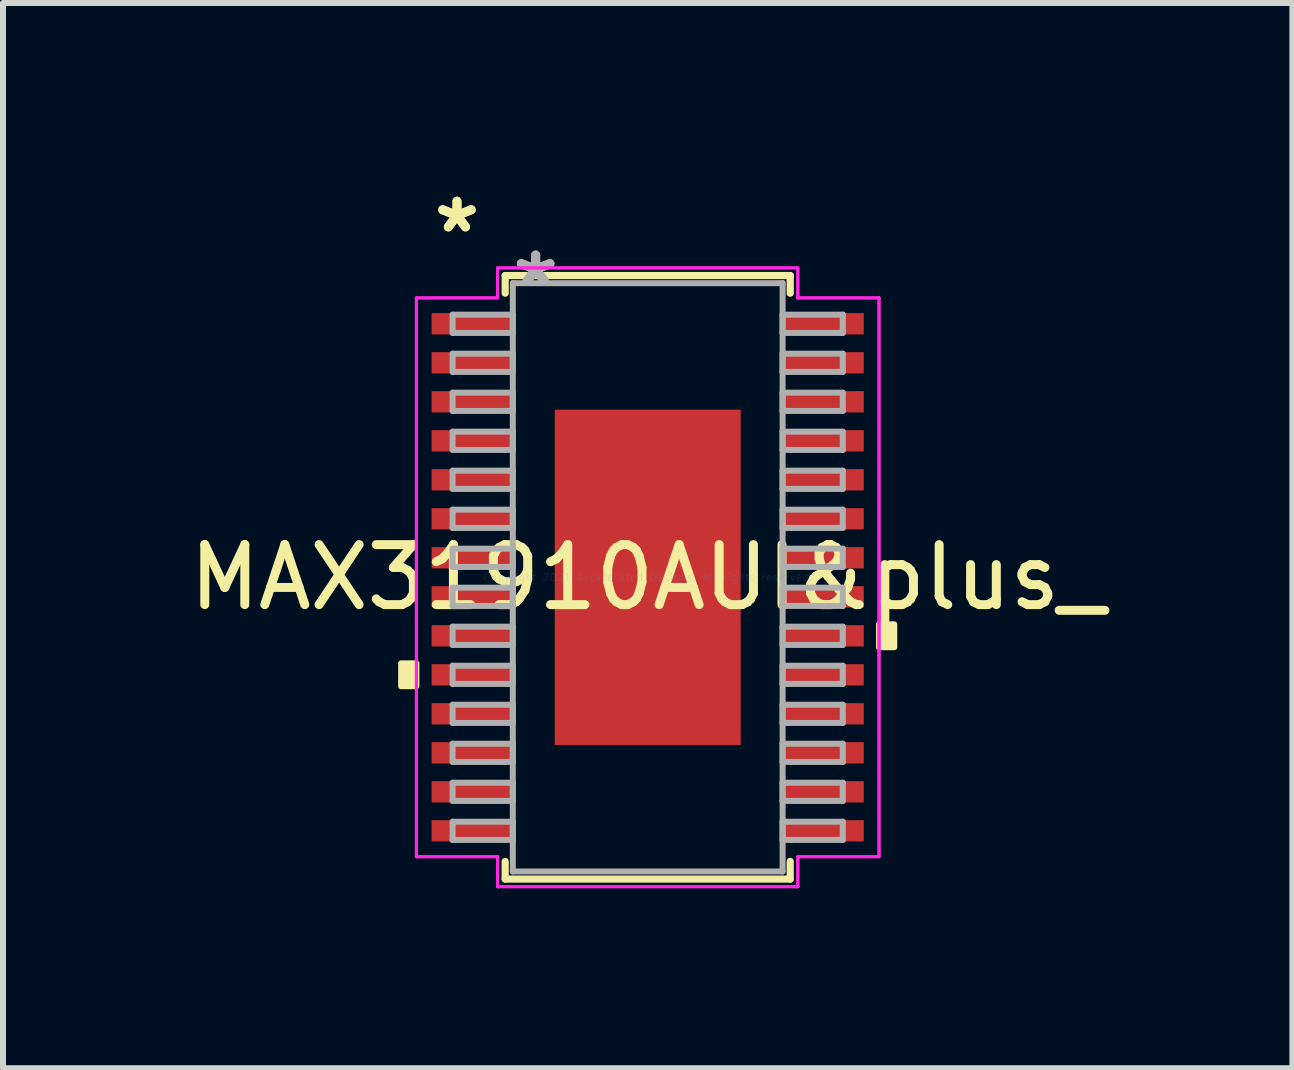
<source format=kicad_pcb>
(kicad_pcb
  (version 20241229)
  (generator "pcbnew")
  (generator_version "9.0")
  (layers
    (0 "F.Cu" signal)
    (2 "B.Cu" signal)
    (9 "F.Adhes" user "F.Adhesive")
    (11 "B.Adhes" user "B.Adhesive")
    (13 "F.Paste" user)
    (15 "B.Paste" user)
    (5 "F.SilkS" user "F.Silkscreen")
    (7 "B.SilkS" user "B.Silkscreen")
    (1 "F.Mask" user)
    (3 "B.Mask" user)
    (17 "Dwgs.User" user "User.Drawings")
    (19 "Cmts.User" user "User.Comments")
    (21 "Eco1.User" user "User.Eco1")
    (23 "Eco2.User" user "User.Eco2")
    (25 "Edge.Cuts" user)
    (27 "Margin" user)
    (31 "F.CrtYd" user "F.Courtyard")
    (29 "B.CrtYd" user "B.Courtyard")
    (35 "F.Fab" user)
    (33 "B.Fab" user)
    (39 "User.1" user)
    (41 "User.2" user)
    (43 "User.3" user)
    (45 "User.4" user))
  (footprint "MAX31910AUI&plus_"
    (layer "F.Cu")
    (at 7.744 6.571)
    (property "Reference" "MAX31910AUI&plus_" (at 0 0 0) (layer "F.SilkS") (effects (font (size 1 1) (thickness 0.15))))
    (attr through_hole)
    (fp_line (start -2.375 -5.029) (end -2.375 -4.735) (stroke (width 0.12) (type solid)) (layer "F.SilkS"))
    (fp_line (start -2.375 4.735) (end -2.375 5.029) (stroke (width 0.12) (type solid)) (layer "F.SilkS"))
    (fp_line (start -2.375 5.029) (end 2.375 5.029) (stroke (width 0.12) (type solid)) (layer "F.SilkS"))
    (fp_line (start 2.375 -5.029) (end -2.375 -5.029) (stroke (width 0.12) (type solid)) (layer "F.SilkS"))
    (fp_line (start 2.375 -4.735) (end 2.375 -5.029) (stroke (width 0.12) (type solid)) (layer "F.SilkS"))
    (fp_line (start 2.375 5.029) (end 2.375 4.735) (stroke (width 0.12) (type solid)) (layer "F.SilkS"))
    (fp_poly (pts (xy -4.109 1.434) (xy -4.109 1.815) (xy -3.855 1.815) (xy -3.855 1.434)) (stroke (width 0.1) (type solid)) (fill yes) (layer "F.SilkS"))
    (fp_poly (pts (xy 4.109 0.784) (xy 4.109 1.165) (xy 3.855 1.165) (xy 3.855 0.784)) (stroke (width 0.1) (type solid)) (fill yes) (layer "F.SilkS"))
    (fp_poly (pts (xy -1.449 -2.694) (xy -1.449 -1.497) (xy -0.1 -1.497) (xy -0.1 -2.694)) (stroke (width 0.1) (type solid)) (fill yes) (layer "F.Paste"))
    (fp_poly (pts (xy -1.449 -1.297) (xy -1.449 -0.1) (xy -0.1 -0.1) (xy -0.1 -1.297)) (stroke (width 0.1) (type solid)) (fill yes) (layer "F.Paste"))
    (fp_poly (pts (xy -1.449 0.1) (xy -1.449 1.297) (xy -0.1 1.297) (xy -0.1 0.1)) (stroke (width 0.1) (type solid)) (fill yes) (layer "F.Paste"))
    (fp_poly (pts (xy -1.449 1.497) (xy -1.449 2.694) (xy -0.1 2.694) (xy -0.1 1.497)) (stroke (width 0.1) (type solid)) (fill yes) (layer "F.Paste"))
    (fp_poly (pts (xy 0.1 -2.694) (xy 0.1 -1.497) (xy 1.449 -1.497) (xy 1.449 -2.694)) (stroke (width 0.1) (type solid)) (fill yes) (layer "F.Paste"))
    (fp_poly (pts (xy 0.1 -1.297) (xy 0.1 -0.1) (xy 1.449 -0.1) (xy 1.449 -1.297)) (stroke (width 0.1) (type solid)) (fill yes) (layer "F.Paste"))
    (fp_poly (pts (xy 0.1 0.1) (xy 0.1 1.297) (xy 1.449 1.297) (xy 1.449 0.1)) (stroke (width 0.1) (type solid)) (fill yes) (layer "F.Paste"))
    (fp_poly (pts (xy 0.1 1.497) (xy 0.1 2.694) (xy 1.449 2.694) (xy 1.449 1.497)) (stroke (width 0.1) (type solid)) (fill yes) (layer "F.Paste"))
    (fp_line (start -3.855 -4.656) (end -2.502 -4.656) (stroke (width 0.05) (type solid)) (layer "F.CrtYd"))
    (fp_line (start -3.855 -4.656) (end -2.502 -4.656) (stroke (width 0.05) (type solid)) (layer "F.CrtYd"))
    (fp_line (start -3.855 4.656) (end -3.855 -4.656) (stroke (width 0.05) (type solid)) (layer "F.CrtYd"))
    (fp_line (start -3.855 4.656) (end -3.855 -4.656) (stroke (width 0.05) (type solid)) (layer "F.CrtYd"))
    (fp_line (start -3.855 4.656) (end -2.502 4.656) (stroke (width 0.05) (type solid)) (layer "F.CrtYd"))
    (fp_line (start -2.502 -5.156) (end 2.502 -5.156) (stroke (width 0.05) (type solid)) (layer "F.CrtYd"))
    (fp_line (start -2.502 -5.156) (end 2.502 -5.156) (stroke (width 0.05) (type solid)) (layer "F.CrtYd"))
    (fp_line (start -2.502 -4.656) (end -2.502 -5.156) (stroke (width 0.05) (type solid)) (layer "F.CrtYd"))
    (fp_line (start -2.502 -4.656) (end -2.502 -5.156) (stroke (width 0.05) (type solid)) (layer "F.CrtYd"))
    (fp_line (start -2.502 4.656) (end -3.855 4.656) (stroke (width 0.05) (type solid)) (layer "F.CrtYd"))
    (fp_line (start -2.502 5.156) (end -2.502 4.656) (stroke (width 0.05) (type solid)) (layer "F.CrtYd"))
    (fp_line (start -2.502 5.156) (end -2.502 4.656) (stroke (width 0.05) (type solid)) (layer "F.CrtYd"))
    (fp_line (start 2.502 -5.156) (end 2.502 -4.656) (stroke (width 0.05) (type solid)) (layer "F.CrtYd"))
    (fp_line (start 2.502 -5.156) (end 2.502 -4.656) (stroke (width 0.05) (type solid)) (layer "F.CrtYd"))
    (fp_line (start 2.502 -4.656) (end 3.855 -4.656) (stroke (width 0.05) (type solid)) (layer "F.CrtYd"))
    (fp_line (start 2.502 4.656) (end 2.502 5.156) (stroke (width 0.05) (type solid)) (layer "F.CrtYd"))
    (fp_line (start 2.502 4.656) (end 2.502 5.156) (stroke (width 0.05) (type solid)) (layer "F.CrtYd"))
    (fp_line (start 2.502 5.156) (end -2.502 5.156) (stroke (width 0.05) (type solid)) (layer "F.CrtYd"))
    (fp_line (start 2.502 5.156) (end -2.502 5.156) (stroke (width 0.05) (type solid)) (layer "F.CrtYd"))
    (fp_line (start 3.855 -4.656) (end 2.502 -4.656) (stroke (width 0.05) (type solid)) (layer "F.CrtYd"))
    (fp_line (start 3.855 -4.656) (end 3.855 4.656) (stroke (width 0.05) (type solid)) (layer "F.CrtYd"))
    (fp_line (start 3.855 -4.656) (end 3.855 4.656) (stroke (width 0.05) (type solid)) (layer "F.CrtYd"))
    (fp_line (start 3.855 4.656) (end 2.502 4.656) (stroke (width 0.05) (type solid)) (layer "F.CrtYd"))
    (fp_line (start 3.855 4.656) (end 2.502 4.656) (stroke (width 0.05) (type solid)) (layer "F.CrtYd"))
    (fp_line (start -3.251 -4.377) (end -3.251 -4.073) (stroke (width 0.1) (type solid)) (layer "F.Fab"))
    (fp_line (start -3.251 -4.073) (end -2.248 -4.073) (stroke (width 0.1) (type solid)) (layer "F.Fab"))
    (fp_line (start -3.251 -3.727) (end -3.251 -3.423) (stroke (width 0.1) (type solid)) (layer "F.Fab"))
    (fp_line (start -3.251 -3.423) (end -2.248 -3.423) (stroke (width 0.1) (type solid)) (layer "F.Fab"))
    (fp_line (start -3.251 -3.077) (end -3.251 -2.773) (stroke (width 0.1) (type solid)) (layer "F.Fab"))
    (fp_line (start -3.251 -2.773) (end -2.248 -2.773) (stroke (width 0.1) (type solid)) (layer "F.Fab"))
    (fp_line (start -3.251 -2.427) (end -3.251 -2.123) (stroke (width 0.1) (type solid)) (layer "F.Fab"))
    (fp_line (start -3.251 -2.123) (end -2.248 -2.123) (stroke (width 0.1) (type solid)) (layer "F.Fab"))
    (fp_line (start -3.251 -1.777) (end -3.251 -1.473) (stroke (width 0.1) (type solid)) (layer "F.Fab"))
    (fp_line (start -3.251 -1.473) (end -2.248 -1.473) (stroke (width 0.1) (type solid)) (layer "F.Fab"))
    (fp_line (start -3.251 -1.127) (end -3.251 -0.823) (stroke (width 0.1) (type solid)) (layer "F.Fab"))
    (fp_line (start -3.251 -0.823) (end -2.248 -0.823) (stroke (width 0.1) (type solid)) (layer "F.Fab"))
    (fp_line (start -3.251 -0.477) (end -3.251 -0.173) (stroke (width 0.1) (type solid)) (layer "F.Fab"))
    (fp_line (start -3.251 -0.173) (end -2.248 -0.173) (stroke (width 0.1) (type solid)) (layer "F.Fab"))
    (fp_line (start -3.251 0.173) (end -3.251 0.477) (stroke (width 0.1) (type solid)) (layer "F.Fab"))
    (fp_line (start -3.251 0.477) (end -2.248 0.477) (stroke (width 0.1) (type solid)) (layer "F.Fab"))
    (fp_line (start -3.251 0.823) (end -3.251 1.127) (stroke (width 0.1) (type solid)) (layer "F.Fab"))
    (fp_line (start -3.251 1.127) (end -2.248 1.127) (stroke (width 0.1) (type solid)) (layer "F.Fab"))
    (fp_line (start -3.251 1.473) (end -3.251 1.777) (stroke (width 0.1) (type solid)) (layer "F.Fab"))
    (fp_line (start -3.251 1.777) (end -2.248 1.777) (stroke (width 0.1) (type solid)) (layer "F.Fab"))
    (fp_line (start -3.251 2.123) (end -3.251 2.427) (stroke (width 0.1) (type solid)) (layer "F.Fab"))
    (fp_line (start -3.251 2.427) (end -2.248 2.427) (stroke (width 0.1) (type solid)) (layer "F.Fab"))
    (fp_line (start -3.251 2.773) (end -3.251 3.077) (stroke (width 0.1) (type solid)) (layer "F.Fab"))
    (fp_line (start -3.251 3.077) (end -2.248 3.077) (stroke (width 0.1) (type solid)) (layer "F.Fab"))
    (fp_line (start -3.251 3.423) (end -3.251 3.727) (stroke (width 0.1) (type solid)) (layer "F.Fab"))
    (fp_line (start -3.251 3.727) (end -2.248 3.727) (stroke (width 0.1) (type solid)) (layer "F.Fab"))
    (fp_line (start -3.251 4.073) (end -3.251 4.377) (stroke (width 0.1) (type solid)) (layer "F.Fab"))
    (fp_line (start -3.251 4.377) (end -2.248 4.377) (stroke (width 0.1) (type solid)) (layer "F.Fab"))
    (fp_line (start -2.248 -4.902) (end -2.248 4.902) (stroke (width 0.1) (type solid)) (layer "F.Fab"))
    (fp_line (start -2.248 -4.377) (end -3.251 -4.377) (stroke (width 0.1) (type solid)) (layer "F.Fab"))
    (fp_line (start -2.248 -4.073) (end -2.248 -4.377) (stroke (width 0.1) (type solid)) (layer "F.Fab"))
    (fp_line (start -2.248 -3.727) (end -3.251 -3.727) (stroke (width 0.1) (type solid)) (layer "F.Fab"))
    (fp_line (start -2.248 -3.423) (end -2.248 -3.727) (stroke (width 0.1) (type solid)) (layer "F.Fab"))
    (fp_line (start -2.248 -3.077) (end -3.251 -3.077) (stroke (width 0.1) (type solid)) (layer "F.Fab"))
    (fp_line (start -2.248 -2.773) (end -2.248 -3.077) (stroke (width 0.1) (type solid)) (layer "F.Fab"))
    (fp_line (start -2.248 -2.427) (end -3.251 -2.427) (stroke (width 0.1) (type solid)) (layer "F.Fab"))
    (fp_line (start -2.248 -2.123) (end -2.248 -2.427) (stroke (width 0.1) (type solid)) (layer "F.Fab"))
    (fp_line (start -2.248 -1.777) (end -3.251 -1.777) (stroke (width 0.1) (type solid)) (layer "F.Fab"))
    (fp_line (start -2.248 -1.473) (end -2.248 -1.777) (stroke (width 0.1) (type solid)) (layer "F.Fab"))
    (fp_line (start -2.248 -1.127) (end -3.251 -1.127) (stroke (width 0.1) (type solid)) (layer "F.Fab"))
    (fp_line (start -2.248 -0.823) (end -2.248 -1.127) (stroke (width 0.1) (type solid)) (layer "F.Fab"))
    (fp_line (start -2.248 -0.477) (end -3.251 -0.477) (stroke (width 0.1) (type solid)) (layer "F.Fab"))
    (fp_line (start -2.248 -0.173) (end -2.248 -0.477) (stroke (width 0.1) (type solid)) (layer "F.Fab"))
    (fp_line (start -2.248 0.173) (end -3.251 0.173) (stroke (width 0.1) (type solid)) (layer "F.Fab"))
    (fp_line (start -2.248 0.477) (end -2.248 0.173) (stroke (width 0.1) (type solid)) (layer "F.Fab"))
    (fp_line (start -2.248 0.823) (end -3.251 0.823) (stroke (width 0.1) (type solid)) (layer "F.Fab"))
    (fp_line (start -2.248 1.127) (end -2.248 0.823) (stroke (width 0.1) (type solid)) (layer "F.Fab"))
    (fp_line (start -2.248 1.473) (end -3.251 1.473) (stroke (width 0.1) (type solid)) (layer "F.Fab"))
    (fp_line (start -2.248 1.777) (end -2.248 1.473) (stroke (width 0.1) (type solid)) (layer "F.Fab"))
    (fp_line (start -2.248 2.123) (end -3.251 2.123) (stroke (width 0.1) (type solid)) (layer "F.Fab"))
    (fp_line (start -2.248 2.427) (end -2.248 2.123) (stroke (width 0.1) (type solid)) (layer "F.Fab"))
    (fp_line (start -2.248 2.773) (end -3.251 2.773) (stroke (width 0.1) (type solid)) (layer "F.Fab"))
    (fp_line (start -2.248 3.077) (end -2.248 2.773) (stroke (width 0.1) (type solid)) (layer "F.Fab"))
    (fp_line (start -2.248 3.423) (end -3.251 3.423) (stroke (width 0.1) (type solid)) (layer "F.Fab"))
    (fp_line (start -2.248 3.727) (end -2.248 3.423) (stroke (width 0.1) (type solid)) (layer "F.Fab"))
    (fp_line (start -2.248 4.073) (end -3.251 4.073) (stroke (width 0.1) (type solid)) (layer "F.Fab"))
    (fp_line (start -2.248 4.377) (end -2.248 4.073) (stroke (width 0.1) (type solid)) (layer "F.Fab"))
    (fp_line (start -2.248 4.902) (end 2.248 4.902) (stroke (width 0.1) (type solid)) (layer "F.Fab"))
    (fp_line (start 2.248 -4.902) (end -2.248 -4.902) (stroke (width 0.1) (type solid)) (layer "F.Fab"))
    (fp_line (start 2.248 -4.377) (end 2.248 -4.073) (stroke (width 0.1) (type solid)) (layer "F.Fab"))
    (fp_line (start 2.248 -4.073) (end 3.251 -4.073) (stroke (width 0.1) (type solid)) (layer "F.Fab"))
    (fp_line (start 2.248 -3.727) (end 2.248 -3.423) (stroke (width 0.1) (type solid)) (layer "F.Fab"))
    (fp_line (start 2.248 -3.423) (end 3.251 -3.423) (stroke (width 0.1) (type solid)) (layer "F.Fab"))
    (fp_line (start 2.248 -3.077) (end 2.248 -2.773) (stroke (width 0.1) (type solid)) (layer "F.Fab"))
    (fp_line (start 2.248 -2.773) (end 3.251 -2.773) (stroke (width 0.1) (type solid)) (layer "F.Fab"))
    (fp_line (start 2.248 -2.427) (end 2.248 -2.123) (stroke (width 0.1) (type solid)) (layer "F.Fab"))
    (fp_line (start 2.248 -2.123) (end 3.251 -2.123) (stroke (width 0.1) (type solid)) (layer "F.Fab"))
    (fp_line (start 2.248 -1.777) (end 2.248 -1.473) (stroke (width 0.1) (type solid)) (layer "F.Fab"))
    (fp_line (start 2.248 -1.473) (end 3.251 -1.473) (stroke (width 0.1) (type solid)) (layer "F.Fab"))
    (fp_line (start 2.248 -1.127) (end 2.248 -0.823) (stroke (width 0.1) (type solid)) (layer "F.Fab"))
    (fp_line (start 2.248 -0.823) (end 3.251 -0.823) (stroke (width 0.1) (type solid)) (layer "F.Fab"))
    (fp_line (start 2.248 -0.477) (end 2.248 -0.173) (stroke (width 0.1) (type solid)) (layer "F.Fab"))
    (fp_line (start 2.248 -0.173) (end 3.251 -0.173) (stroke (width 0.1) (type solid)) (layer "F.Fab"))
    (fp_line (start 2.248 0.173) (end 2.248 0.477) (stroke (width 0.1) (type solid)) (layer "F.Fab"))
    (fp_line (start 2.248 0.477) (end 3.251 0.477) (stroke (width 0.1) (type solid)) (layer "F.Fab"))
    (fp_line (start 2.248 0.823) (end 2.248 1.127) (stroke (width 0.1) (type solid)) (layer "F.Fab"))
    (fp_line (start 2.248 1.127) (end 3.251 1.127) (stroke (width 0.1) (type solid)) (layer "F.Fab"))
    (fp_line (start 2.248 1.473) (end 2.248 1.777) (stroke (width 0.1) (type solid)) (layer "F.Fab"))
    (fp_line (start 2.248 1.777) (end 3.251 1.777) (stroke (width 0.1) (type solid)) (layer "F.Fab"))
    (fp_line (start 2.248 2.123) (end 2.248 2.427) (stroke (width 0.1) (type solid)) (layer "F.Fab"))
    (fp_line (start 2.248 2.427) (end 3.251 2.427) (stroke (width 0.1) (type solid)) (layer "F.Fab"))
    (fp_line (start 2.248 2.773) (end 2.248 3.077) (stroke (width 0.1) (type solid)) (layer "F.Fab"))
    (fp_line (start 2.248 3.077) (end 3.251 3.077) (stroke (width 0.1) (type solid)) (layer "F.Fab"))
    (fp_line (start 2.248 3.423) (end 2.248 3.727) (stroke (width 0.1) (type solid)) (layer "F.Fab"))
    (fp_line (start 2.248 3.727) (end 3.251 3.727) (stroke (width 0.1) (type solid)) (layer "F.Fab"))
    (fp_line (start 2.248 4.073) (end 2.248 4.377) (stroke (width 0.1) (type solid)) (layer "F.Fab"))
    (fp_line (start 2.248 4.377) (end 3.251 4.377) (stroke (width 0.1) (type solid)) (layer "F.Fab"))
    (fp_line (start 2.248 4.902) (end 2.248 -4.902) (stroke (width 0.1) (type solid)) (layer "F.Fab"))
    (fp_line (start 3.251 -4.377) (end 2.248 -4.377) (stroke (width 0.1) (type solid)) (layer "F.Fab"))
    (fp_line (start 3.251 -4.073) (end 3.251 -4.377) (stroke (width 0.1) (type solid)) (layer "F.Fab"))
    (fp_line (start 3.251 -3.727) (end 2.248 -3.727) (stroke (width 0.1) (type solid)) (layer "F.Fab"))
    (fp_line (start 3.251 -3.423) (end 3.251 -3.727) (stroke (width 0.1) (type solid)) (layer "F.Fab"))
    (fp_line (start 3.251 -3.077) (end 2.248 -3.077) (stroke (width 0.1) (type solid)) (layer "F.Fab"))
    (fp_line (start 3.251 -2.773) (end 3.251 -3.077) (stroke (width 0.1) (type solid)) (layer "F.Fab"))
    (fp_line (start 3.251 -2.427) (end 2.248 -2.427) (stroke (width 0.1) (type solid)) (layer "F.Fab"))
    (fp_line (start 3.251 -2.123) (end 3.251 -2.427) (stroke (width 0.1) (type solid)) (layer "F.Fab"))
    (fp_line (start 3.251 -1.777) (end 2.248 -1.777) (stroke (width 0.1) (type solid)) (layer "F.Fab"))
    (fp_line (start 3.251 -1.473) (end 3.251 -1.777) (stroke (width 0.1) (type solid)) (layer "F.Fab"))
    (fp_line (start 3.251 -1.127) (end 2.248 -1.127) (stroke (width 0.1) (type solid)) (layer "F.Fab"))
    (fp_line (start 3.251 -0.823) (end 3.251 -1.127) (stroke (width 0.1) (type solid)) (layer "F.Fab"))
    (fp_line (start 3.251 -0.477) (end 2.248 -0.477) (stroke (width 0.1) (type solid)) (layer "F.Fab"))
    (fp_line (start 3.251 -0.173) (end 3.251 -0.477) (stroke (width 0.1) (type solid)) (layer "F.Fab"))
    (fp_line (start 3.251 0.173) (end 2.248 0.173) (stroke (width 0.1) (type solid)) (layer "F.Fab"))
    (fp_line (start 3.251 0.477) (end 3.251 0.173) (stroke (width 0.1) (type solid)) (layer "F.Fab"))
    (fp_line (start 3.251 0.823) (end 2.248 0.823) (stroke (width 0.1) (type solid)) (layer "F.Fab"))
    (fp_line (start 3.251 1.127) (end 3.251 0.823) (stroke (width 0.1) (type solid)) (layer "F.Fab"))
    (fp_line (start 3.251 1.473) (end 2.248 1.473) (stroke (width 0.1) (type solid)) (layer "F.Fab"))
    (fp_line (start 3.251 1.777) (end 3.251 1.473) (stroke (width 0.1) (type solid)) (layer "F.Fab"))
    (fp_line (start 3.251 2.123) (end 2.248 2.123) (stroke (width 0.1) (type solid)) (layer "F.Fab"))
    (fp_line (start 3.251 2.427) (end 3.251 2.123) (stroke (width 0.1) (type solid)) (layer "F.Fab"))
    (fp_line (start 3.251 2.773) (end 2.248 2.773) (stroke (width 0.1) (type solid)) (layer "F.Fab"))
    (fp_line (start 3.251 3.077) (end 3.251 2.773) (stroke (width 0.1) (type solid)) (layer "F.Fab"))
    (fp_line (start 3.251 3.423) (end 2.248 3.423) (stroke (width 0.1) (type solid)) (layer "F.Fab"))
    (fp_line (start 3.251 3.727) (end 3.251 3.423) (stroke (width 0.1) (type solid)) (layer "F.Fab"))
    (fp_line (start 3.251 4.073) (end 2.248 4.073) (stroke (width 0.1) (type solid)) (layer "F.Fab"))
    (fp_line (start 3.251 4.377) (end 3.251 4.073) (stroke (width 0.1) (type solid)) (layer "F.Fab"))
    (fp_text user "*" (at -3.179 -5.723 0) (layer "F.SilkS") (effects (font (size 1 1) (thickness 0.15))))
    (fp_text user "*" (at -3.179 -5.723 0) (layer "F.SilkS") (effects (font (size 1 1) (thickness 0.15))))
    (fp_text user "Copyright 2021 Accelerated Designs. All rights reserved." (at 0 0 0) (layer "Cmts.User") (effects (font (size 0.127 0.127) (thickness 0.002))))
    (fp_text user "*" (at -1.867 -4.826 0) (layer "F.Fab") (effects (font (size 1 1) (thickness 0.15))))
    (fp_text user "*" (at -1.867 -4.826 0) (layer "F.Fab") (effects (font (size 1 1) (thickness 0.15))))
    (pad "1" smd rect (at -2.925 -4.225) (size 1.353 0.355) (layers "F.Cu" "F.Mask" "F.Paste"))
    (pad "2" smd rect (at -2.925 -3.575) (size 1.353 0.355) (layers "F.Cu" "F.Mask" "F.Paste"))
    (pad "3" smd rect (at -2.925 -2.925) (size 1.353 0.355) (layers "F.Cu" "F.Mask" "F.Paste"))
    (pad "4" smd rect (at -2.925 -2.275) (size 1.353 0.355) (layers "F.Cu" "F.Mask" "F.Paste"))
    (pad "5" smd rect (at -2.925 -1.625) (size 1.353 0.355) (layers "F.Cu" "F.Mask" "F.Paste"))
    (pad "6" smd rect (at -2.925 -0.975) (size 1.353 0.355) (layers "F.Cu" "F.Mask" "F.Paste"))
    (pad "7" smd rect (at -2.925 -0.325) (size 1.353 0.355) (layers "F.Cu" "F.Mask" "F.Paste"))
    (pad "8" smd rect (at -2.925 0.325) (size 1.353 0.355) (layers "F.Cu" "F.Mask" "F.Paste"))
    (pad "9" smd rect (at -2.925 0.975) (size 1.353 0.355) (layers "F.Cu" "F.Mask" "F.Paste"))
    (pad "10" smd rect (at -2.925 1.625) (size 1.353 0.355) (layers "F.Cu" "F.Mask" "F.Paste"))
    (pad "11" smd rect (at -2.925 2.275) (size 1.353 0.355) (layers "F.Cu" "F.Mask" "F.Paste"))
    (pad "12" smd rect (at -2.925 2.925) (size 1.353 0.355) (layers "F.Cu" "F.Mask" "F.Paste"))
    (pad "13" smd rect (at -2.925 3.575) (size 1.353 0.355) (layers "F.Cu" "F.Mask" "F.Paste"))
    (pad "14" smd rect (at -2.925 4.225) (size 1.353 0.355) (layers "F.Cu" "F.Mask" "F.Paste"))
    (pad "15" smd rect (at 2.925 4.225) (size 1.353 0.355) (layers "F.Cu" "F.Mask" "F.Paste"))
    (pad "16" smd rect (at 2.925 3.575) (size 1.353 0.355) (layers "F.Cu" "F.Mask" "F.Paste"))
    (pad "17" smd rect (at 2.925 2.925) (size 1.353 0.355) (layers "F.Cu" "F.Mask" "F.Paste"))
    (pad "18" smd rect (at 2.925 2.275) (size 1.353 0.355) (layers "F.Cu" "F.Mask" "F.Paste"))
    (pad "19" smd rect (at 2.925 1.625) (size 1.353 0.355) (layers "F.Cu" "F.Mask" "F.Paste"))
    (pad "20" smd rect (at 2.925 0.975) (size 1.353 0.355) (layers "F.Cu" "F.Mask" "F.Paste"))
    (pad "21" smd rect (at 2.925 0.325) (size 1.353 0.355) (layers "F.Cu" "F.Mask" "F.Paste"))
    (pad "22" smd rect (at 2.925 -0.325) (size 1.353 0.355) (layers "F.Cu" "F.Mask" "F.Paste"))
    (pad "23" smd rect (at 2.925 -0.975) (size 1.353 0.355) (layers "F.Cu" "F.Mask" "F.Paste"))
    (pad "24" smd rect (at 2.925 -1.625) (size 1.353 0.355) (layers "F.Cu" "F.Mask" "F.Paste"))
    (pad "25" smd rect (at 2.925 -2.275) (size 1.353 0.355) (layers "F.Cu" "F.Mask" "F.Paste"))
    (pad "26" smd rect (at 2.925 -2.925) (size 1.353 0.355) (layers "F.Cu" "F.Mask" "F.Paste"))
    (pad "27" smd rect (at 2.925 -3.575) (size 1.353 0.355) (layers "F.Cu" "F.Mask" "F.Paste"))
    (pad "28" smd rect (at 2.925 -4.225) (size 1.353 0.355) (layers "F.Cu" "F.Mask" "F.Paste"))
    (pad "EPAD" smd rect (at 0 0) (size 3.099 5.588) (layers "F.Cu" "F.Mask")))
  (gr_rect
    (start -3 -3)
    (end 18.488 14.752)
    (stroke (width 0.1) (type default))
    (fill no)
    (layer "Edge.Cuts")))
</source>
